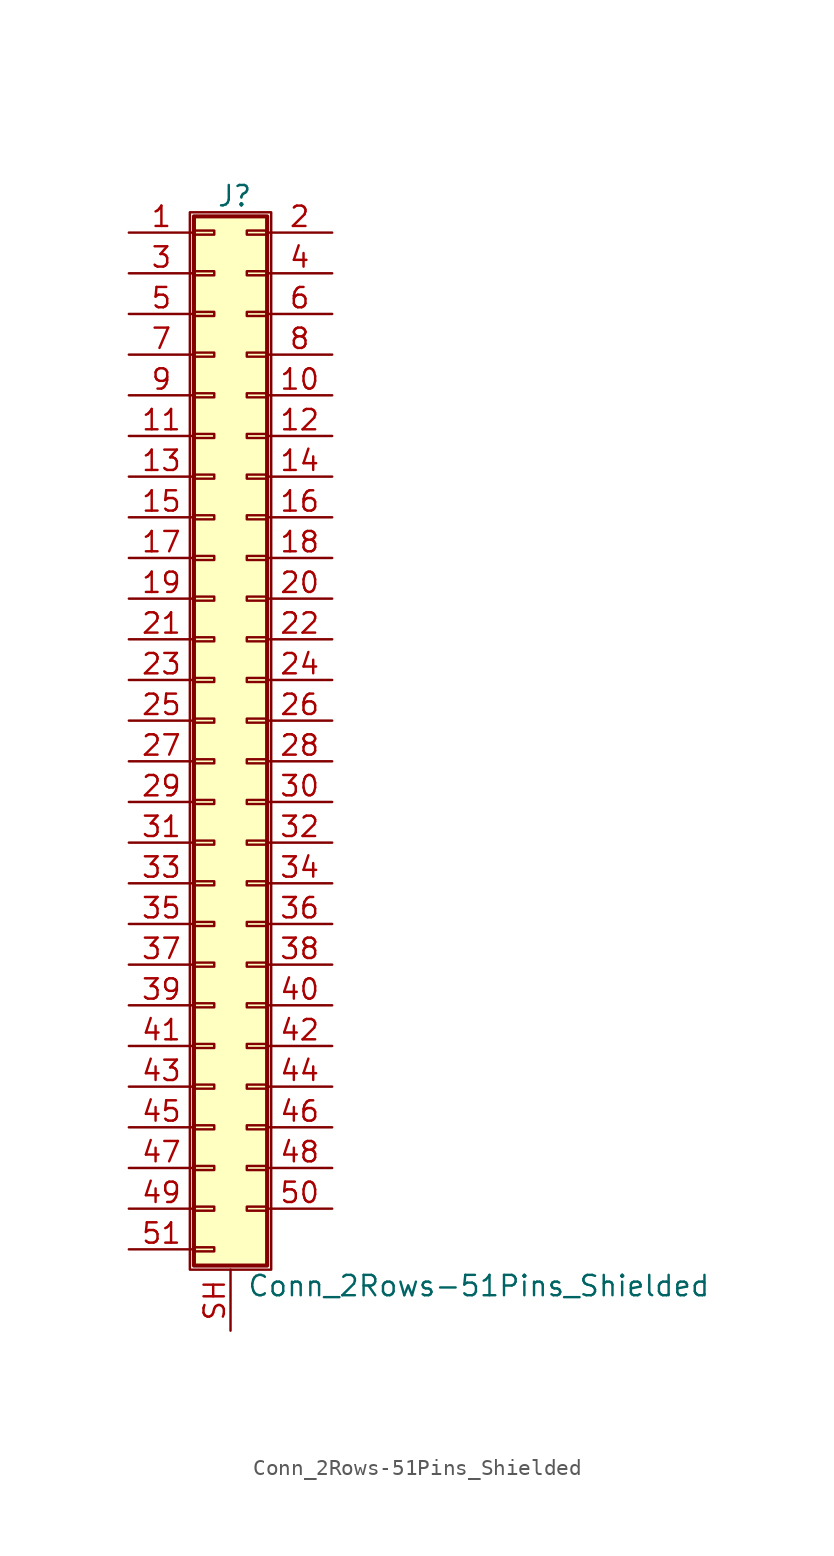
<source format=kicad_sym>
(kicad_symbol_lib
  (version 20201005)
  (generator kicad_symbol_editor)
  (symbol "Connector_Generic_Shielded:Conn_2Rows-51Pins_Shielded"
    (pin_names
      (offset 1.016) hide)
    (property "Reference" "J"
      (at 1.524 32.766 0)
      (effects (font (size 1.27 1.27))))
    (property "Value" "Conn_2Rows-51Pins_Shielded"
      (at 2.286 -35.306 0)
      (effects (font (size 1.27 1.27)) (justify left)))
    (symbol "Conn_2Rows-51Pins_Shielded_1_1"
      (rectangle (start -1.016 -27.813) (end 0.254 -28.067) (stroke (width 0.152)) (fill (type none)))
      (rectangle (start -1.016 -30.353) (end 0.254 -30.607) (stroke (width 0.152)) (fill (type none)))
      (rectangle (start -1.016 -32.893) (end 0.254 -33.147) (stroke (width 0.152)) (fill (type none)))
      (rectangle (start -1.016 -4.953) (end 0.254 -5.207) (stroke (width 0.152)) (fill (type none)))
      (rectangle (start -1.016 -7.493) (end 0.254 -7.747) (stroke (width 0.152)) (fill (type none)))
      (rectangle (start -1.016 -10.033) (end 0.254 -10.287) (stroke (width 0.152)) (fill (type none)))
      (rectangle (start -1.016 -12.573) (end 0.254 -12.827) (stroke (width 0.152)) (fill (type none)))
      (rectangle (start -1.016 -15.113) (end 0.254 -15.367) (stroke (width 0.152)) (fill (type none)))
      (rectangle (start -1.016 -17.653) (end 0.254 -17.907) (stroke (width 0.152)) (fill (type none)))
      (rectangle (start -1.016 -20.193) (end 0.254 -20.447) (stroke (width 0.152)) (fill (type none)))
      (rectangle (start -1.016 -22.733) (end 0.254 -22.987) (stroke (width 0.152)) (fill (type none)))
      (rectangle (start -1.016 -2.413) (end 0.254 -2.667) (stroke (width 0.152)) (fill (type none)))
      (rectangle (start -1.016 -25.273) (end 0.254 -25.527) (stroke (width 0.152)) (fill (type none)))
      (rectangle (start -1.016 25.527) (end 0.254 25.273) (stroke (width 0.152)) (fill (type none)))
      (rectangle (start -1.016 2.667) (end 0.254 2.413) (stroke (width 0.152)) (fill (type none)))
      (rectangle (start -1.016 28.067) (end 0.254 27.813) (stroke (width 0.152)) (fill (type none)))
      (rectangle (start -1.016 30.607) (end 0.254 30.353) (stroke (width 0.152)) (fill (type none)))
      (rectangle (start -1.016 31.496) (end 3.556 -34.036) (stroke (width 0.254)) (fill (type background)))
      (rectangle (start -1.016 5.207) (end 0.254 4.953) (stroke (width 0.152)) (fill (type none)))
      (rectangle (start -1.016 7.747) (end 0.254 7.493) (stroke (width 0.152)) (fill (type none)))
      (rectangle (start -1.016 10.287) (end 0.254 10.033) (stroke (width 0.152)) (fill (type none)))
      (rectangle (start -1.016 0.127) (end 0.254 -0.127) (stroke (width 0.152)) (fill (type none)))
      (rectangle (start -1.016 12.827) (end 0.254 12.573) (stroke (width 0.152)) (fill (type none)))
      (rectangle (start -1.016 15.367) (end 0.254 15.113) (stroke (width 0.152)) (fill (type none)))
      (rectangle (start -1.016 17.907) (end 0.254 17.653) (stroke (width 0.152)) (fill (type none)))
      (rectangle (start -1.016 20.447) (end 0.254 20.193) (stroke (width 0.152)) (fill (type none)))
      (rectangle (start -1.016 22.987) (end 0.254 22.733) (stroke (width 0.152)) (fill (type none)))
      (rectangle (start -1.27 31.75) (end 3.81 -34.29) (stroke (width 0.152)) (fill (type none)))
      (rectangle (start 3.556 -27.813) (end 2.286 -28.067) (stroke (width 0.152)) (fill (type none)))
      (rectangle (start 3.556 -30.353) (end 2.286 -30.607) (stroke (width 0.152)) (fill (type none)))
      (rectangle (start 3.556 -4.953) (end 2.286 -5.207) (stroke (width 0.152)) (fill (type none)))
      (rectangle (start 3.556 -7.493) (end 2.286 -7.747) (stroke (width 0.152)) (fill (type none)))
      (rectangle (start 3.556 -10.033) (end 2.286 -10.287) (stroke (width 0.152)) (fill (type none)))
      (rectangle (start 3.556 -12.573) (end 2.286 -12.827) (stroke (width 0.152)) (fill (type none)))
      (rectangle (start 3.556 -15.113) (end 2.286 -15.367) (stroke (width 0.152)) (fill (type none)))
      (rectangle (start 3.556 -17.653) (end 2.286 -17.907) (stroke (width 0.152)) (fill (type none)))
      (rectangle (start 3.556 -20.193) (end 2.286 -20.447) (stroke (width 0.152)) (fill (type none)))
      (rectangle (start 3.556 -22.733) (end 2.286 -22.987) (stroke (width 0.152)) (fill (type none)))
      (rectangle (start 3.556 -2.413) (end 2.286 -2.667) (stroke (width 0.152)) (fill (type none)))
      (rectangle (start 3.556 -25.273) (end 2.286 -25.527) (stroke (width 0.152)) (fill (type none)))
      (rectangle (start 3.556 25.527) (end 2.286 25.273) (stroke (width 0.152)) (fill (type none)))
      (rectangle (start 3.556 2.667) (end 2.286 2.413) (stroke (width 0.152)) (fill (type none)))
      (rectangle (start 3.556 28.067) (end 2.286 27.813) (stroke (width 0.152)) (fill (type none)))
      (rectangle (start 3.556 30.607) (end 2.286 30.353) (stroke (width 0.152)) (fill (type none)))
      (rectangle (start 3.556 5.207) (end 2.286 4.953) (stroke (width 0.152)) (fill (type none)))
      (rectangle (start 3.556 7.747) (end 2.286 7.493) (stroke (width 0.152)) (fill (type none)))
      (rectangle (start 3.556 10.287) (end 2.286 10.033) (stroke (width 0.152)) (fill (type none)))
      (rectangle (start 3.556 0.127) (end 2.286 -0.127) (stroke (width 0.152)) (fill (type none)))
      (rectangle (start 3.556 12.827) (end 2.286 12.573) (stroke (width 0.152)) (fill (type none)))
      (rectangle (start 3.556 15.367) (end 2.286 15.113) (stroke (width 0.152)) (fill (type none)))
      (rectangle (start 3.556 17.907) (end 2.286 17.653) (stroke (width 0.152)) (fill (type none)))
      (rectangle (start 3.556 20.447) (end 2.286 20.193) (stroke (width 0.152)) (fill (type none)))
      (rectangle (start 3.556 22.987) (end 2.286 22.733) (stroke (width 0.152)) (fill (type none)))
      (pin passive line (at -5.08 30.48 0) (length 4.064) (name "Pin_1" (effects (font (size 1.27 1.27)))) (number "1" (effects (font (size 1.27 1.27)))))
      (pin passive line (at 7.62 20.32 180) (length 4.064) (name "Pin_10" (effects (font (size 1.27 1.27)))) (number "10" (effects (font (size 1.27 1.27)))))
      (pin passive line (at -5.08 17.78 0) (length 4.064) (name "Pin_11" (effects (font (size 1.27 1.27)))) (number "11" (effects (font (size 1.27 1.27)))))
      (pin passive line (at 7.62 17.78 180) (length 4.064) (name "Pin_12" (effects (font (size 1.27 1.27)))) (number "12" (effects (font (size 1.27 1.27)))))
      (pin passive line (at -5.08 15.24 0) (length 4.064) (name "Pin_13" (effects (font (size 1.27 1.27)))) (number "13" (effects (font (size 1.27 1.27)))))
      (pin passive line (at 7.62 15.24 180) (length 4.064) (name "Pin_14" (effects (font (size 1.27 1.27)))) (number "14" (effects (font (size 1.27 1.27)))))
      (pin passive line (at -5.08 12.7 0) (length 4.064) (name "Pin_15" (effects (font (size 1.27 1.27)))) (number "15" (effects (font (size 1.27 1.27)))))
      (pin passive line (at 7.62 12.7 180) (length 4.064) (name "Pin_16" (effects (font (size 1.27 1.27)))) (number "16" (effects (font (size 1.27 1.27)))))
      (pin passive line (at -5.08 10.16 0) (length 4.064) (name "Pin_17" (effects (font (size 1.27 1.27)))) (number "17" (effects (font (size 1.27 1.27)))))
      (pin passive line (at 7.62 10.16 180) (length 4.064) (name "Pin_18" (effects (font (size 1.27 1.27)))) (number "18" (effects (font (size 1.27 1.27)))))
      (pin passive line (at -5.08 7.62 0) (length 4.064) (name "Pin_19" (effects (font (size 1.27 1.27)))) (number "19" (effects (font (size 1.27 1.27)))))
      (pin passive line (at 7.62 30.48 180) (length 4.064) (name "Pin_2" (effects (font (size 1.27 1.27)))) (number "2" (effects (font (size 1.27 1.27)))))
      (pin passive line (at 7.62 7.62 180) (length 4.064) (name "Pin_20" (effects (font (size 1.27 1.27)))) (number "20" (effects (font (size 1.27 1.27)))))
      (pin passive line (at -5.08 5.08 0) (length 4.064) (name "Pin_21" (effects (font (size 1.27 1.27)))) (number "21" (effects (font (size 1.27 1.27)))))
      (pin passive line (at 7.62 5.08 180) (length 4.064) (name "Pin_22" (effects (font (size 1.27 1.27)))) (number "22" (effects (font (size 1.27 1.27)))))
      (pin passive line (at -5.08 2.54 0) (length 4.064) (name "Pin_23" (effects (font (size 1.27 1.27)))) (number "23" (effects (font (size 1.27 1.27)))))
      (pin passive line (at 7.62 2.54 180) (length 4.064) (name "Pin_24" (effects (font (size 1.27 1.27)))) (number "24" (effects (font (size 1.27 1.27)))))
      (pin passive line (at -5.08 0 0) (length 4.064) (name "Pin_25" (effects (font (size 1.27 1.27)))) (number "25" (effects (font (size 1.27 1.27)))))
      (pin passive line (at 7.62 0 180) (length 4.064) (name "Pin_26" (effects (font (size 1.27 1.27)))) (number "26" (effects (font (size 1.27 1.27)))))
      (pin passive line (at -5.08 -2.54 0) (length 4.064) (name "Pin_27" (effects (font (size 1.27 1.27)))) (number "27" (effects (font (size 1.27 1.27)))))
      (pin passive line (at 7.62 -2.54 180) (length 4.064) (name "Pin_28" (effects (font (size 1.27 1.27)))) (number "28" (effects (font (size 1.27 1.27)))))
      (pin passive line (at -5.08 -5.08 0) (length 4.064) (name "Pin_29" (effects (font (size 1.27 1.27)))) (number "29" (effects (font (size 1.27 1.27)))))
      (pin passive line (at -5.08 27.94 0) (length 4.064) (name "Pin_3" (effects (font (size 1.27 1.27)))) (number "3" (effects (font (size 1.27 1.27)))))
      (pin passive line (at 7.62 -5.08 180) (length 4.064) (name "Pin_30" (effects (font (size 1.27 1.27)))) (number "30" (effects (font (size 1.27 1.27)))))
      (pin passive line (at -5.08 -7.62 0) (length 4.064) (name "Pin_31" (effects (font (size 1.27 1.27)))) (number "31" (effects (font (size 1.27 1.27)))))
      (pin passive line (at 7.62 -7.62 180) (length 4.064) (name "Pin_32" (effects (font (size 1.27 1.27)))) (number "32" (effects (font (size 1.27 1.27)))))
      (pin passive line (at -5.08 -10.16 0) (length 4.064) (name "Pin_33" (effects (font (size 1.27 1.27)))) (number "33" (effects (font (size 1.27 1.27)))))
      (pin passive line (at 7.62 -10.16 180) (length 4.064) (name "Pin_34" (effects (font (size 1.27 1.27)))) (number "34" (effects (font (size 1.27 1.27)))))
      (pin passive line (at -5.08 -12.7 0) (length 4.064) (name "Pin_35" (effects (font (size 1.27 1.27)))) (number "35" (effects (font (size 1.27 1.27)))))
      (pin passive line (at 7.62 -12.7 180) (length 4.064) (name "Pin_36" (effects (font (size 1.27 1.27)))) (number "36" (effects (font (size 1.27 1.27)))))
      (pin passive line (at -5.08 -15.24 0) (length 4.064) (name "Pin_37" (effects (font (size 1.27 1.27)))) (number "37" (effects (font (size 1.27 1.27)))))
      (pin passive line (at 7.62 -15.24 180) (length 4.064) (name "Pin_38" (effects (font (size 1.27 1.27)))) (number "38" (effects (font (size 1.27 1.27)))))
      (pin passive line (at -5.08 -17.78 0) (length 4.064) (name "Pin_39" (effects (font (size 1.27 1.27)))) (number "39" (effects (font (size 1.27 1.27)))))
      (pin passive line (at 7.62 27.94 180) (length 4.064) (name "Pin_4" (effects (font (size 1.27 1.27)))) (number "4" (effects (font (size 1.27 1.27)))))
      (pin passive line (at 7.62 -17.78 180) (length 4.064) (name "Pin_40" (effects (font (size 1.27 1.27)))) (number "40" (effects (font (size 1.27 1.27)))))
      (pin passive line (at -5.08 -20.32 0) (length 4.064) (name "Pin_41" (effects (font (size 1.27 1.27)))) (number "41" (effects (font (size 1.27 1.27)))))
      (pin passive line (at 7.62 -20.32 180) (length 4.064) (name "Pin_42" (effects (font (size 1.27 1.27)))) (number "42" (effects (font (size 1.27 1.27)))))
      (pin passive line (at -5.08 -22.86 0) (length 4.064) (name "Pin_43" (effects (font (size 1.27 1.27)))) (number "43" (effects (font (size 1.27 1.27)))))
      (pin passive line (at 7.62 -22.86 180) (length 4.064) (name "Pin_44" (effects (font (size 1.27 1.27)))) (number "44" (effects (font (size 1.27 1.27)))))
      (pin passive line (at -5.08 -25.4 0) (length 4.064) (name "Pin_45" (effects (font (size 1.27 1.27)))) (number "45" (effects (font (size 1.27 1.27)))))
      (pin passive line (at 7.62 -25.4 180) (length 4.064) (name "Pin_46" (effects (font (size 1.27 1.27)))) (number "46" (effects (font (size 1.27 1.27)))))
      (pin passive line (at -5.08 -27.94 0) (length 4.064) (name "Pin_47" (effects (font (size 1.27 1.27)))) (number "47" (effects (font (size 1.27 1.27)))))
      (pin passive line (at 7.62 -27.94 180) (length 4.064) (name "Pin_48" (effects (font (size 1.27 1.27)))) (number "48" (effects (font (size 1.27 1.27)))))
      (pin passive line (at -5.08 -30.48 0) (length 4.064) (name "Pin_49" (effects (font (size 1.27 1.27)))) (number "49" (effects (font (size 1.27 1.27)))))
      (pin passive line (at -5.08 25.4 0) (length 4.064) (name "Pin_5" (effects (font (size 1.27 1.27)))) (number "5" (effects (font (size 1.27 1.27)))))
      (pin passive line (at 7.62 -30.48 180) (length 4.064) (name "Pin_50" (effects (font (size 1.27 1.27)))) (number "50" (effects (font (size 1.27 1.27)))))
      (pin passive line (at -5.08 -33.02 0) (length 4.064) (name "Pin_51" (effects (font (size 1.27 1.27)))) (number "51" (effects (font (size 1.27 1.27)))))
      (pin passive line (at 7.62 25.4 180) (length 4.064) (name "Pin_6" (effects (font (size 1.27 1.27)))) (number "6" (effects (font (size 1.27 1.27)))))
      (pin passive line (at -5.08 22.86 0) (length 4.064) (name "Pin_7" (effects (font (size 1.27 1.27)))) (number "7" (effects (font (size 1.27 1.27)))))
      (pin passive line (at 7.62 22.86 180) (length 4.064) (name "Pin_8" (effects (font (size 1.27 1.27)))) (number "8" (effects (font (size 1.27 1.27)))))
      (pin passive line (at -5.08 20.32 0) (length 4.064) (name "Pin_9" (effects (font (size 1.27 1.27)))) (number "9" (effects (font (size 1.27 1.27)))))
      (pin passive line (at 1.27 -38.1 90) (length 3.81) (name "Shield" (effects (font (size 1.27 1.27)))) (number "SH" (effects (font (size 1.27 1.27))))))))
</source>
